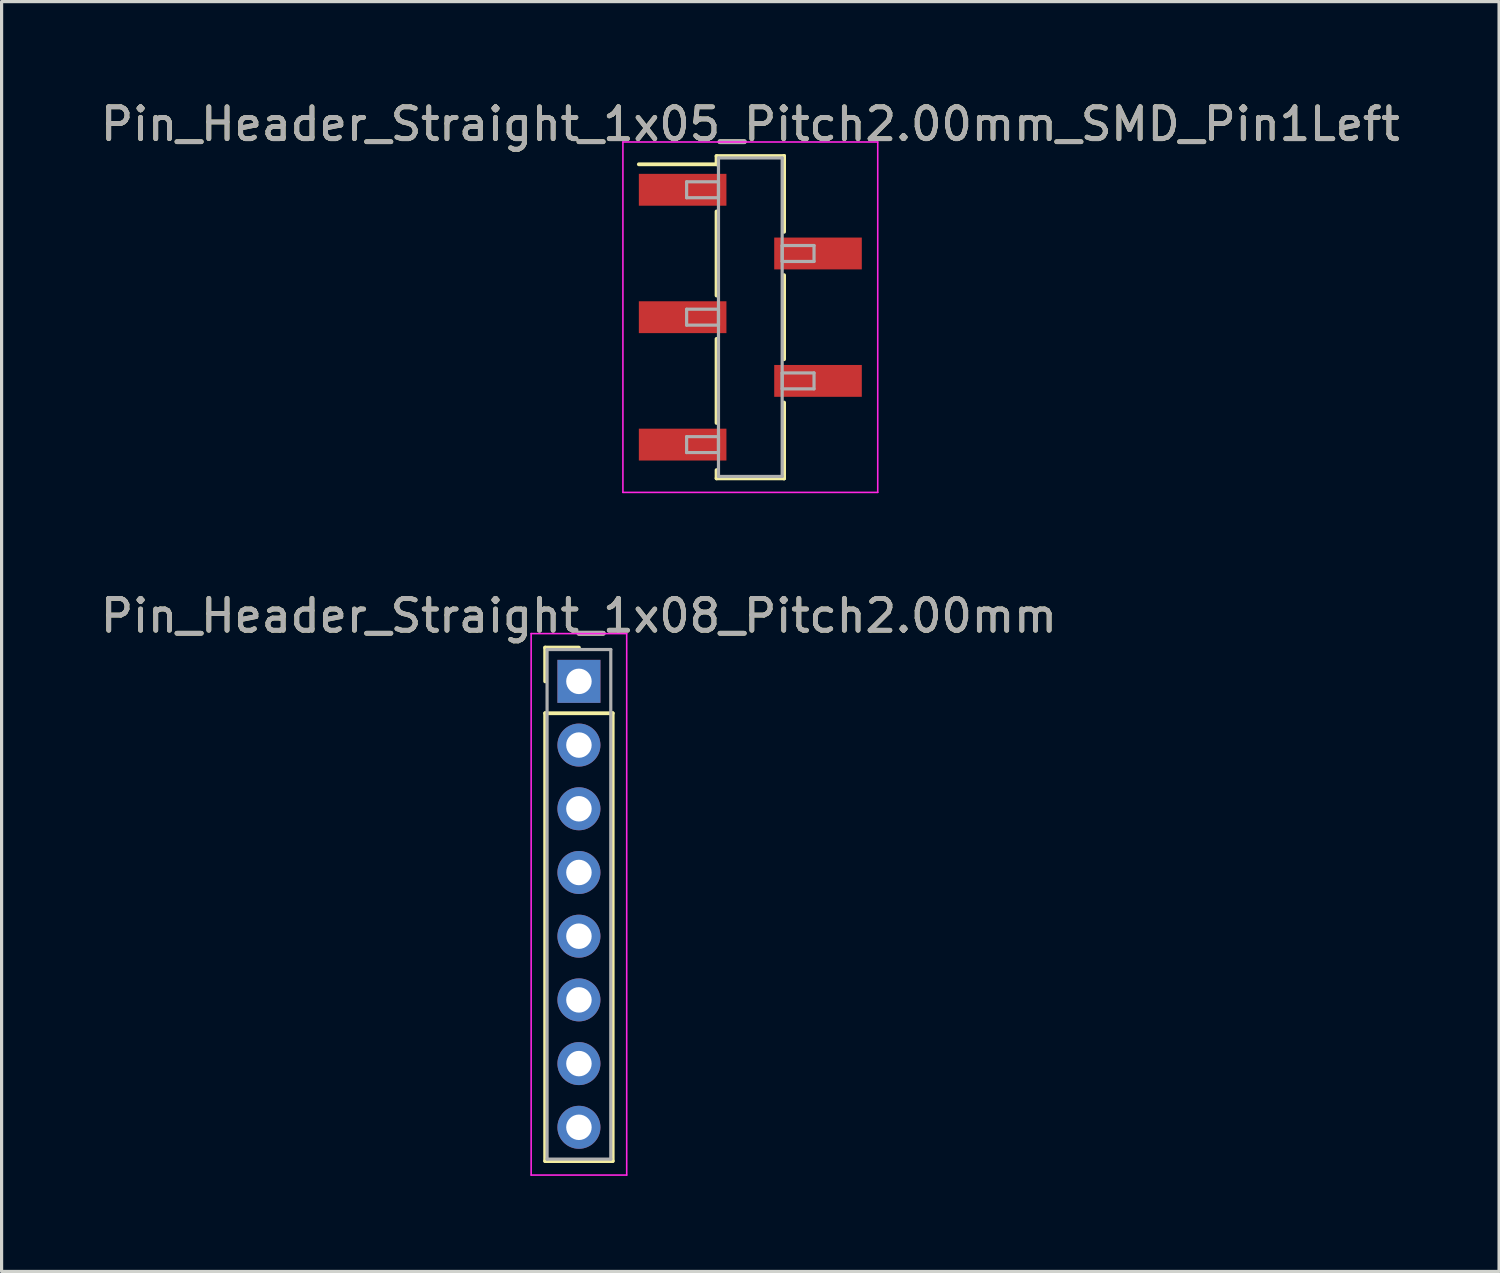
<source format=kicad_pcb>
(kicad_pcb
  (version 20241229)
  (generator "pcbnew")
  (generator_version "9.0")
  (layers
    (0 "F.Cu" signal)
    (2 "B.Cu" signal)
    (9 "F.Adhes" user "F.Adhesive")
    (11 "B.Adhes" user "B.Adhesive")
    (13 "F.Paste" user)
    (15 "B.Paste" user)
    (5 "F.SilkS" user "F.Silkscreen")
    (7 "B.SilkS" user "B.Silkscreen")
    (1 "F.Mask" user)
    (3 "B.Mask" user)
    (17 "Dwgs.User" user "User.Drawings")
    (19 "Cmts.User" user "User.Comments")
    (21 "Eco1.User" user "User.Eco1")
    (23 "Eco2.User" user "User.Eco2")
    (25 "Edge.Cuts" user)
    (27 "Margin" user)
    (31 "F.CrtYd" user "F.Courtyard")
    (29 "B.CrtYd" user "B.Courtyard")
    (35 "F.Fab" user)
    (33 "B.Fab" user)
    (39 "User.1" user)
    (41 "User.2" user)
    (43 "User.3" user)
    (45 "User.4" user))
  (footprint "Pin_Header_Straight_1x05_Pitch2.00mm_SMD_Pin1Left"
    (layer "F.Cu")
    (at 20.506 6.908)
    (property "Reference" "Pin_Header_Straight_1x05_Pitch2.00mm_SMD_Pin1Left" (at 0 -6.06 0) (layer "F.SilkS") (effects (font (size 1 1) (thickness 0.15))))
    (attr smd)
    (fp_line (start -1.06 -5.06) (end 1.06 -5.06) (stroke (width 0.12) (type solid)) (layer "F.SilkS"))
    (fp_line (start -1.06 -4.8) (end -3.5 -4.8) (stroke (width 0.12) (type solid)) (layer "F.SilkS"))
    (fp_line (start -1.06 -4.8) (end -1.06 -5.06) (stroke (width 0.12) (type solid)) (layer "F.SilkS"))
    (fp_line (start -1.06 -3.32) (end -1.06 -0.68) (stroke (width 0.12) (type solid)) (layer "F.SilkS"))
    (fp_line (start -1.06 0.68) (end -1.06 3.32) (stroke (width 0.12) (type solid)) (layer "F.SilkS"))
    (fp_line (start -1.06 4.8) (end -1.06 5.06) (stroke (width 0.12) (type solid)) (layer "F.SilkS"))
    (fp_line (start -1.06 5.06) (end 1.06 5.06) (stroke (width 0.12) (type solid)) (layer "F.SilkS"))
    (fp_line (start 1.06 -5.06) (end 1.06 -4.8) (stroke (width 0.12) (type solid)) (layer "F.SilkS"))
    (fp_line (start 1.06 -5.06) (end 1.06 -2.68) (stroke (width 0.12) (type solid)) (layer "F.SilkS"))
    (fp_line (start 1.06 -1.32) (end 1.06 1.32) (stroke (width 0.12) (type solid)) (layer "F.SilkS"))
    (fp_line (start 1.06 2.68) (end 1.06 5.06) (stroke (width 0.12) (type solid)) (layer "F.SilkS"))
    (fp_line (start 1.06 5.06) (end 1.06 4.8) (stroke (width 0.12) (type solid)) (layer "F.SilkS"))
    (fp_line (start -4 -5.5) (end -4 5.5) (stroke (width 0.05) (type solid)) (layer "F.CrtYd"))
    (fp_line (start -4 5.5) (end 4 5.5) (stroke (width 0.05) (type solid)) (layer "F.CrtYd"))
    (fp_line (start 4 -5.5) (end -4 -5.5) (stroke (width 0.05) (type solid)) (layer "F.CrtYd"))
    (fp_line (start 4 5.5) (end 4 -5.5) (stroke (width 0.05) (type solid)) (layer "F.CrtYd"))
    (fp_line (start -2 -4.25) (end -1 -4.25) (stroke (width 0.1) (type solid)) (layer "F.Fab"))
    (fp_line (start -2 -3.75) (end -2 -4.25) (stroke (width 0.1) (type solid)) (layer "F.Fab"))
    (fp_line (start -2 -0.25) (end -1 -0.25) (stroke (width 0.1) (type solid)) (layer "F.Fab"))
    (fp_line (start -2 0.25) (end -2 -0.25) (stroke (width 0.1) (type solid)) (layer "F.Fab"))
    (fp_line (start -2 3.75) (end -1 3.75) (stroke (width 0.1) (type solid)) (layer "F.Fab"))
    (fp_line (start -2 4.25) (end -2 3.75) (stroke (width 0.1) (type solid)) (layer "F.Fab"))
    (fp_line (start -1 -5) (end -1 5) (stroke (width 0.1) (type solid)) (layer "F.Fab"))
    (fp_line (start -1 -4.25) (end -1 -3.75) (stroke (width 0.1) (type solid)) (layer "F.Fab"))
    (fp_line (start -1 -3.75) (end -2 -3.75) (stroke (width 0.1) (type solid)) (layer "F.Fab"))
    (fp_line (start -1 -0.25) (end -1 0.25) (stroke (width 0.1) (type solid)) (layer "F.Fab"))
    (fp_line (start -1 0.25) (end -2 0.25) (stroke (width 0.1) (type solid)) (layer "F.Fab"))
    (fp_line (start -1 3.75) (end -1 4.25) (stroke (width 0.1) (type solid)) (layer "F.Fab"))
    (fp_line (start -1 4.25) (end -2 4.25) (stroke (width 0.1) (type solid)) (layer "F.Fab"))
    (fp_line (start -1 5) (end 1 5) (stroke (width 0.1) (type solid)) (layer "F.Fab"))
    (fp_line (start 1 -5) (end -1 -5) (stroke (width 0.1) (type solid)) (layer "F.Fab"))
    (fp_line (start 1 -2.25) (end 1 -1.75) (stroke (width 0.1) (type solid)) (layer "F.Fab"))
    (fp_line (start 1 -1.75) (end 2 -1.75) (stroke (width 0.1) (type solid)) (layer "F.Fab"))
    (fp_line (start 1 1.75) (end 1 2.25) (stroke (width 0.1) (type solid)) (layer "F.Fab"))
    (fp_line (start 1 2.25) (end 2 2.25) (stroke (width 0.1) (type solid)) (layer "F.Fab"))
    (fp_line (start 1 5) (end 1 -5) (stroke (width 0.1) (type solid)) (layer "F.Fab"))
    (fp_line (start 2 -2.25) (end 1 -2.25) (stroke (width 0.1) (type solid)) (layer "F.Fab"))
    (fp_line (start 2 -1.75) (end 2 -2.25) (stroke (width 0.1) (type solid)) (layer "F.Fab"))
    (fp_line (start 2 1.75) (end 1 1.75) (stroke (width 0.1) (type solid)) (layer "F.Fab"))
    (fp_line (start 2 2.25) (end 2 1.75) (stroke (width 0.1) (type solid)) (layer "F.Fab"))
    (fp_text user "${REFERENCE}" (at 0 -6.06 0) (layer "F.Fab") (effects (font (size 1 1) (thickness 0.15))))
    (pad "1" smd rect (at -2.125 -4) (size 2.75 1) (layers "F.Cu" "F.Mask" "F.Paste"))
    (pad "2" smd rect (at 2.125 -2) (size 2.75 1) (layers "F.Cu" "F.Mask" "F.Paste"))
    (pad "3" smd rect (at -2.125 0) (size 2.75 1) (layers "F.Cu" "F.Mask" "F.Paste"))
    (pad "4" smd rect (at 2.125 2) (size 2.75 1) (layers "F.Cu" "F.Mask" "F.Paste"))
    (pad "5" smd rect (at -2.125 4) (size 2.75 1) (layers "F.Cu" "F.Mask" "F.Paste")))
  (footprint "Pin_Header_Straight_1x08_Pitch2.00mm"
    (layer "F.Cu")
    (at 15.125 18.341)
    (property "Reference" "Pin_Header_Straight_1x08_Pitch2.00mm" (at 0 -2.06 0) (layer "F.SilkS") (effects (font (size 1 1) (thickness 0.15))))
    (attr through_hole)
    (fp_line (start -1.06 -1.06) (end 0 -1.06) (stroke (width 0.12) (type solid)) (layer "F.SilkS"))
    (fp_line (start -1.06 0) (end -1.06 -1.06) (stroke (width 0.12) (type solid)) (layer "F.SilkS"))
    (fp_line (start -1.06 1) (end -1.06 15.06) (stroke (width 0.12) (type solid)) (layer "F.SilkS"))
    (fp_line (start -1.06 15.06) (end 1.06 15.06) (stroke (width 0.12) (type solid)) (layer "F.SilkS"))
    (fp_line (start 1.06 1) (end -1.06 1) (stroke (width 0.12) (type solid)) (layer "F.SilkS"))
    (fp_line (start 1.06 15.06) (end 1.06 1) (stroke (width 0.12) (type solid)) (layer "F.SilkS"))
    (fp_line (start -1.5 -1.5) (end -1.5 15.5) (stroke (width 0.05) (type solid)) (layer "F.CrtYd"))
    (fp_line (start -1.5 15.5) (end 1.5 15.5) (stroke (width 0.05) (type solid)) (layer "F.CrtYd"))
    (fp_line (start 1.5 -1.5) (end -1.5 -1.5) (stroke (width 0.05) (type solid)) (layer "F.CrtYd"))
    (fp_line (start 1.5 15.5) (end 1.5 -1.5) (stroke (width 0.05) (type solid)) (layer "F.CrtYd"))
    (fp_line (start -1 -1) (end -1 15) (stroke (width 0.1) (type solid)) (layer "F.Fab"))
    (fp_line (start -1 15) (end 1 15) (stroke (width 0.1) (type solid)) (layer "F.Fab"))
    (fp_line (start 1 -1) (end -1 -1) (stroke (width 0.1) (type solid)) (layer "F.Fab"))
    (fp_line (start 1 15) (end 1 -1) (stroke (width 0.1) (type solid)) (layer "F.Fab"))
    (fp_text user "${REFERENCE}" (at 0 -2.06 0) (layer "F.Fab") (effects (font (size 1 1) (thickness 0.15))))
    (pad "1" thru_hole rect (at 0 0) (size 1.35 1.35) (drill 0.8) (layers "*.Cu" "*.Mask"))
    (pad "2" thru_hole oval (at 0 2) (size 1.35 1.35) (drill 0.8) (layers "*.Cu" "*.Mask"))
    (pad "3" thru_hole oval (at 0 4) (size 1.35 1.35) (drill 0.8) (layers "*.Cu" "*.Mask"))
    (pad "4" thru_hole oval (at 0 6) (size 1.35 1.35) (drill 0.8) (layers "*.Cu" "*.Mask"))
    (pad "5" thru_hole oval (at 0 8) (size 1.35 1.35) (drill 0.8) (layers "*.Cu" "*.Mask"))
    (pad "6" thru_hole oval (at 0 10) (size 1.35 1.35) (drill 0.8) (layers "*.Cu" "*.Mask"))
    (pad "7" thru_hole oval (at 0 12) (size 1.35 1.35) (drill 0.8) (layers "*.Cu" "*.Mask"))
    (pad "8" thru_hole oval (at 0 14) (size 1.35 1.35) (drill 0.8) (layers "*.Cu" "*.Mask")))
  (gr_rect
    (start -3 -3)
    (end 44.012 36.867)
    (stroke (width 0.1) (type default))
    (fill no)
    (layer "Edge.Cuts")))
</source>
